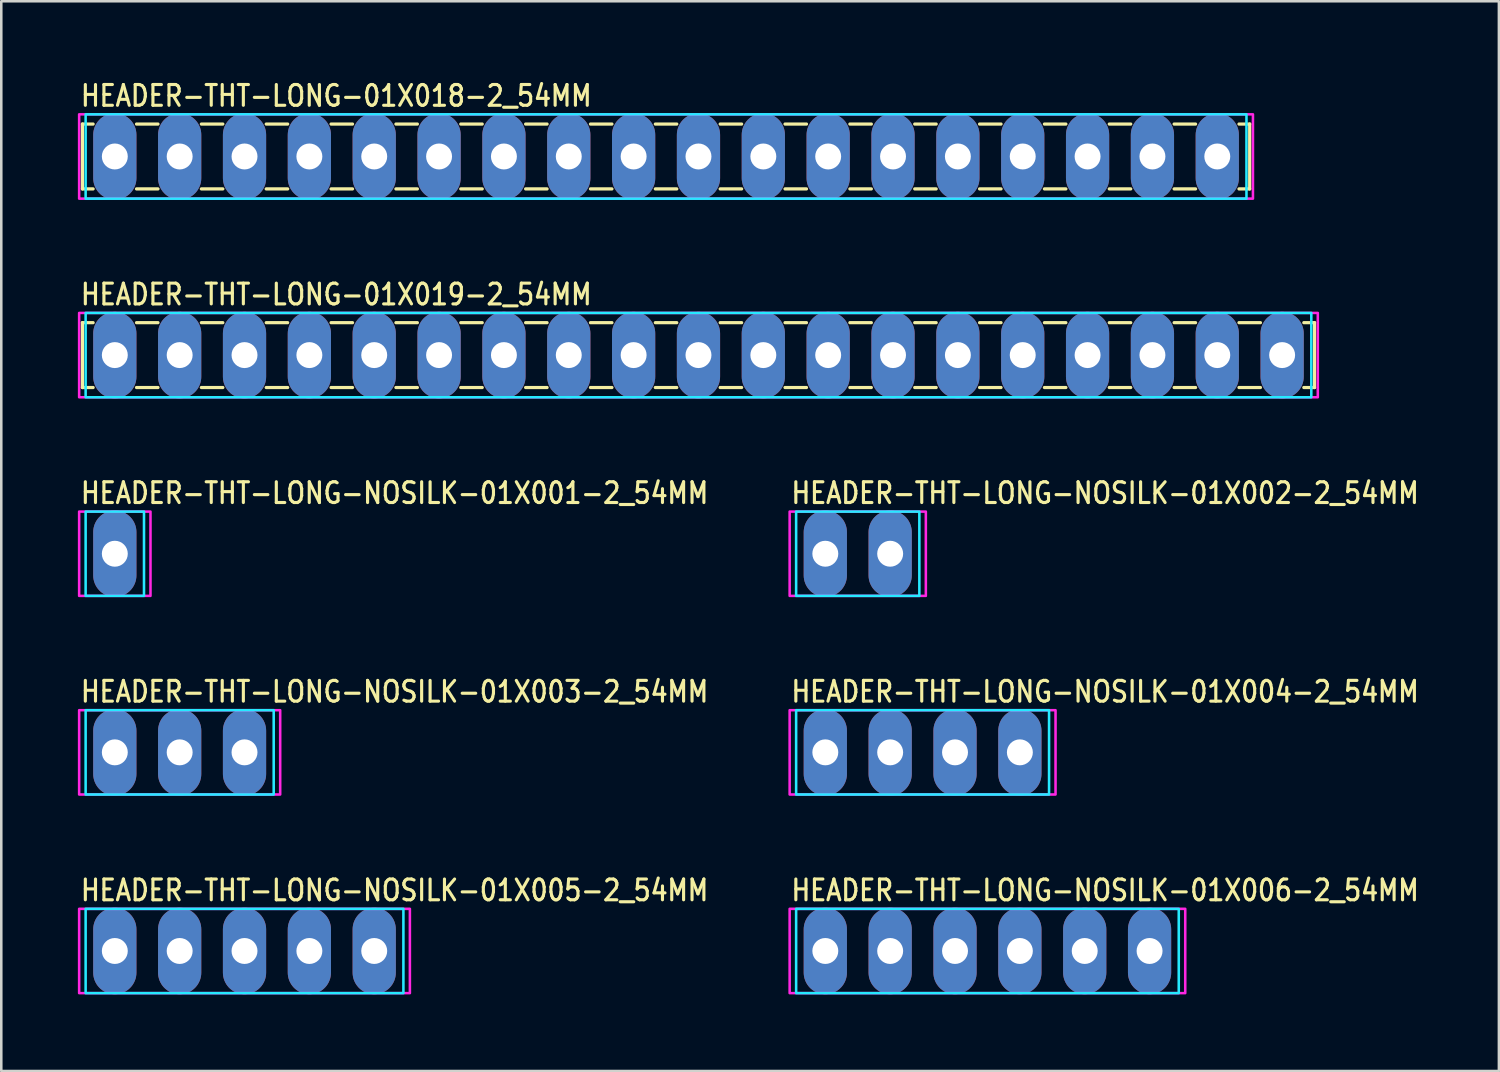
<source format=kicad_pcb>
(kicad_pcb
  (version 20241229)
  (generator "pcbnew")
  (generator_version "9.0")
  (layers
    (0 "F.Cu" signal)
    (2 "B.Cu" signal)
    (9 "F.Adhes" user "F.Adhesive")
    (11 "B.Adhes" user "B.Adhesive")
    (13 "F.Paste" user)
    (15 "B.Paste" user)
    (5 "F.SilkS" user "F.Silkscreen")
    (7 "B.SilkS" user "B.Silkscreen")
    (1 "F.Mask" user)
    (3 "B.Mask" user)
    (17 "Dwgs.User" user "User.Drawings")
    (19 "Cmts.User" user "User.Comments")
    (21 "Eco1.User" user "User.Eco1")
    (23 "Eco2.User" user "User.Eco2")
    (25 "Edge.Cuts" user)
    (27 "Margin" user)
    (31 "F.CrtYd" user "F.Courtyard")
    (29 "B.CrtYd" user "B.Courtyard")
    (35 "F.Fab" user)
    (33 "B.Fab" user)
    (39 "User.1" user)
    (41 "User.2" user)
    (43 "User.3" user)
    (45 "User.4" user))
  (footprint "HEADER-THT-LONG-NOSILK-01X003-2_54MM"
    (layer "F.Cu")
    (at 1.447 26.417)
    (property "Reference" "HEADER-THT-LONG-NOSILK-01X003-2_54MM" (at -1.4 -1.9 0) (unlocked yes) (layer "F.SilkS") (effects (font (size 0.813 0.695) (thickness 0.122)) (justify left bottom)))
    (fp_poly (pts (xy -1.143 -1.651) (xy 6.223 -1.651) (xy 6.223 1.651) (xy -1.143 1.651)) (stroke (width 0.1) (type solid)) (fill no) (layer "B.CrtYd"))
    (fp_poly (pts (xy -1.397 -1.651) (xy 6.477 -1.651) (xy 6.477 1.651) (xy -1.397 1.651)) (stroke (width 0.1) (type solid)) (fill no) (layer "F.CrtYd"))
    (pad "1" thru_hole oval (at 0 0 90) (size 3.387 1.693) (drill 1.016) (layers "*.Cu" "*.Mask"))
    (pad "2" thru_hole oval (at 2.54 0 90) (size 3.387 1.693) (drill 1.016) (layers "*.Cu" "*.Mask"))
    (pad "3" thru_hole oval (at 5.08 0 90) (size 3.387 1.693) (drill 1.016) (layers "*.Cu" "*.Mask")))
  (footprint "HEADER-THT-LONG-NOSILK-01X002-2_54MM"
    (layer "F.Cu")
    (at 29.275 18.638)
    (property "Reference" "HEADER-THT-LONG-NOSILK-01X002-2_54MM" (at -1.4 -1.9 0) (unlocked yes) (layer "F.SilkS") (effects (font (size 0.813 0.695) (thickness 0.122)) (justify left bottom)))
    (fp_poly (pts (xy -1.143 -1.651) (xy 3.683 -1.651) (xy 3.683 1.651) (xy -1.143 1.651)) (stroke (width 0.1) (type solid)) (fill no) (layer "B.CrtYd"))
    (fp_poly (pts (xy -1.397 -1.651) (xy 3.937 -1.651) (xy 3.937 1.651) (xy -1.397 1.651)) (stroke (width 0.1) (type solid)) (fill no) (layer "F.CrtYd"))
    (pad "1" thru_hole oval (at 0 0 90) (size 3.387 1.693) (drill 1.016) (layers "*.Cu" "*.Mask"))
    (pad "2" thru_hole oval (at 2.54 0 90) (size 3.387 1.693) (drill 1.016) (layers "*.Cu" "*.Mask")))
  (footprint "HEADER-THT-LONG-NOSILK-01X006-2_54MM"
    (layer "F.Cu")
    (at 29.275 34.197)
    (property "Reference" "HEADER-THT-LONG-NOSILK-01X006-2_54MM" (at -1.4 -1.9 0) (unlocked yes) (layer "F.SilkS") (effects (font (size 0.813 0.695) (thickness 0.122)) (justify left bottom)))
    (fp_poly (pts (xy -1.143 -1.651) (xy 13.843 -1.651) (xy 13.843 1.651) (xy -1.143 1.651)) (stroke (width 0.1) (type solid)) (fill no) (layer "B.CrtYd"))
    (fp_poly (pts (xy -1.397 -1.651) (xy 14.097 -1.651) (xy 14.097 1.651) (xy -1.397 1.651)) (stroke (width 0.1) (type solid)) (fill no) (layer "F.CrtYd"))
    (pad "1" thru_hole oval (at 0 0 90) (size 3.387 1.693) (drill 1.016) (layers "*.Cu" "*.Mask"))
    (pad "2" thru_hole oval (at 2.54 0 90) (size 3.387 1.693) (drill 1.016) (layers "*.Cu" "*.Mask"))
    (pad "3" thru_hole oval (at 5.08 0 90) (size 3.387 1.693) (drill 1.016) (layers "*.Cu" "*.Mask"))
    (pad "4" thru_hole oval (at 7.62 0 90) (size 3.387 1.693) (drill 1.016) (layers "*.Cu" "*.Mask"))
    (pad "5" thru_hole oval (at 10.16 0 90) (size 3.387 1.693) (drill 1.016) (layers "*.Cu" "*.Mask"))
    (pad "6" thru_hole oval (at 12.7 0 90) (size 3.387 1.693) (drill 1.016) (layers "*.Cu" "*.Mask")))
  (footprint "HEADER-THT-LONG-NOSILK-01X005-2_54MM"
    (layer "F.Cu")
    (at 1.447 34.197)
    (property "Reference" "HEADER-THT-LONG-NOSILK-01X005-2_54MM" (at -1.4 -1.9 0) (unlocked yes) (layer "F.SilkS") (effects (font (size 0.813 0.695) (thickness 0.122)) (justify left bottom)))
    (fp_poly (pts (xy -1.143 -1.651) (xy 11.303 -1.651) (xy 11.303 1.651) (xy -1.143 1.651)) (stroke (width 0.1) (type solid)) (fill no) (layer "B.CrtYd"))
    (fp_poly (pts (xy -1.397 -1.651) (xy 11.557 -1.651) (xy 11.557 1.651) (xy -1.397 1.651)) (stroke (width 0.1) (type solid)) (fill no) (layer "F.CrtYd"))
    (pad "1" thru_hole oval (at 0 0 90) (size 3.387 1.693) (drill 1.016) (layers "*.Cu" "*.Mask"))
    (pad "2" thru_hole oval (at 2.54 0 90) (size 3.387 1.693) (drill 1.016) (layers "*.Cu" "*.Mask"))
    (pad "3" thru_hole oval (at 5.08 0 90) (size 3.387 1.693) (drill 1.016) (layers "*.Cu" "*.Mask"))
    (pad "4" thru_hole oval (at 7.62 0 90) (size 3.387 1.693) (drill 1.016) (layers "*.Cu" "*.Mask"))
    (pad "5" thru_hole oval (at 10.16 0 90) (size 3.387 1.693) (drill 1.016) (layers "*.Cu" "*.Mask")))
  (footprint "HEADER-THT-LONG-01X018-2_54MM"
    (layer "F.Cu")
    (at 1.447 3.079)
    (property "Reference" "HEADER-THT-LONG-01X018-2_54MM" (at -1.4 -1.9 0) (unlocked yes) (layer "F.SilkS") (effects (font (size 0.813 0.695) (thickness 0.122)) (justify left bottom)))
    (fp_line (start -1.27 -1.27) (end -1.27 1.27) (stroke (width 0.127) (type solid)) (layer "F.SilkS"))
    (fp_line (start -1.27 1.27) (end -0.85 1.27) (stroke (width 0.127) (type solid)) (layer "F.SilkS"))
    (fp_line (start -0.85 -1.27) (end -1.27 -1.27) (stroke (width 0.127) (type solid)) (layer "F.SilkS"))
    (fp_line (start 0.85 -1.27) (end 1.69 -1.27) (stroke (width 0.127) (type solid)) (layer "F.SilkS"))
    (fp_line (start 0.85 1.27) (end 1.69 1.27) (stroke (width 0.127) (type solid)) (layer "F.SilkS"))
    (fp_line (start 3.39 -1.27) (end 4.23 -1.27) (stroke (width 0.127) (type solid)) (layer "F.SilkS"))
    (fp_line (start 3.39 1.27) (end 4.23 1.27) (stroke (width 0.127) (type solid)) (layer "F.SilkS"))
    (fp_line (start 5.93 -1.27) (end 6.77 -1.27) (stroke (width 0.127) (type solid)) (layer "F.SilkS"))
    (fp_line (start 5.93 1.27) (end 6.77 1.27) (stroke (width 0.127) (type solid)) (layer "F.SilkS"))
    (fp_line (start 8.47 -1.27) (end 9.31 -1.27) (stroke (width 0.127) (type solid)) (layer "F.SilkS"))
    (fp_line (start 8.47 1.27) (end 9.31 1.27) (stroke (width 0.127) (type solid)) (layer "F.SilkS"))
    (fp_line (start 11.01 -1.27) (end 11.85 -1.27) (stroke (width 0.127) (type solid)) (layer "F.SilkS"))
    (fp_line (start 11.01 1.27) (end 11.85 1.27) (stroke (width 0.127) (type solid)) (layer "F.SilkS"))
    (fp_line (start 13.55 -1.27) (end 14.39 -1.27) (stroke (width 0.127) (type solid)) (layer "F.SilkS"))
    (fp_line (start 13.55 1.27) (end 14.39 1.27) (stroke (width 0.127) (type solid)) (layer "F.SilkS"))
    (fp_line (start 16.09 -1.27) (end 16.93 -1.27) (stroke (width 0.127) (type solid)) (layer "F.SilkS"))
    (fp_line (start 16.09 1.27) (end 16.93 1.27) (stroke (width 0.127) (type solid)) (layer "F.SilkS"))
    (fp_line (start 18.63 -1.27) (end 19.47 -1.27) (stroke (width 0.127) (type solid)) (layer "F.SilkS"))
    (fp_line (start 18.63 1.27) (end 19.47 1.27) (stroke (width 0.127) (type solid)) (layer "F.SilkS"))
    (fp_line (start 21.17 -1.27) (end 22.01 -1.27) (stroke (width 0.127) (type solid)) (layer "F.SilkS"))
    (fp_line (start 21.17 1.27) (end 22.01 1.27) (stroke (width 0.127) (type solid)) (layer "F.SilkS"))
    (fp_line (start 23.71 -1.27) (end 24.55 -1.27) (stroke (width 0.127) (type solid)) (layer "F.SilkS"))
    (fp_line (start 23.71 1.27) (end 24.55 1.27) (stroke (width 0.127) (type solid)) (layer "F.SilkS"))
    (fp_line (start 26.25 -1.27) (end 27.09 -1.27) (stroke (width 0.127) (type solid)) (layer "F.SilkS"))
    (fp_line (start 26.25 1.27) (end 27.09 1.27) (stroke (width 0.127) (type solid)) (layer "F.SilkS"))
    (fp_line (start 28.79 -1.27) (end 29.63 -1.27) (stroke (width 0.127) (type solid)) (layer "F.SilkS"))
    (fp_line (start 28.79 1.27) (end 29.63 1.27) (stroke (width 0.127) (type solid)) (layer "F.SilkS"))
    (fp_line (start 31.33 -1.27) (end 32.17 -1.27) (stroke (width 0.127) (type solid)) (layer "F.SilkS"))
    (fp_line (start 31.33 1.27) (end 32.17 1.27) (stroke (width 0.127) (type solid)) (layer "F.SilkS"))
    (fp_line (start 33.87 -1.27) (end 34.71 -1.27) (stroke (width 0.127) (type solid)) (layer "F.SilkS"))
    (fp_line (start 33.87 1.27) (end 34.71 1.27) (stroke (width 0.127) (type solid)) (layer "F.SilkS"))
    (fp_line (start 36.41 -1.27) (end 37.25 -1.27) (stroke (width 0.127) (type solid)) (layer "F.SilkS"))
    (fp_line (start 36.41 1.27) (end 37.25 1.27) (stroke (width 0.127) (type solid)) (layer "F.SilkS"))
    (fp_line (start 38.95 -1.27) (end 39.79 -1.27) (stroke (width 0.127) (type solid)) (layer "F.SilkS"))
    (fp_line (start 38.95 1.27) (end 39.79 1.27) (stroke (width 0.127) (type solid)) (layer "F.SilkS"))
    (fp_line (start 41.49 -1.27) (end 42.33 -1.27) (stroke (width 0.127) (type solid)) (layer "F.SilkS"))
    (fp_line (start 41.49 1.27) (end 42.33 1.27) (stroke (width 0.127) (type solid)) (layer "F.SilkS"))
    (fp_line (start 44.03 -1.27) (end 44.45 -1.27) (stroke (width 0.127) (type solid)) (layer "F.SilkS"))
    (fp_line (start 44.45 -1.27) (end 44.45 1.27) (stroke (width 0.127) (type solid)) (layer "F.SilkS"))
    (fp_line (start 44.45 1.27) (end 44.03 1.27) (stroke (width 0.127) (type solid)) (layer "F.SilkS"))
    (fp_poly (pts (xy -1.143 -1.651) (xy 44.323 -1.651) (xy 44.323 1.651) (xy -1.143 1.651)) (stroke (width 0.1) (type solid)) (fill no) (layer "B.CrtYd"))
    (fp_poly (pts (xy -1.397 -1.651) (xy 44.577 -1.651) (xy 44.577 1.651) (xy -1.397 1.651)) (stroke (width 0.1) (type solid)) (fill no) (layer "F.CrtYd"))
    (pad "1" thru_hole oval (at 0 0 90) (size 3.387 1.693) (drill 1.016) (layers "*.Cu" "*.Mask"))
    (pad "2" thru_hole oval (at 2.54 0 90) (size 3.387 1.693) (drill 1.016) (layers "*.Cu" "*.Mask"))
    (pad "3" thru_hole oval (at 5.08 0 90) (size 3.387 1.693) (drill 1.016) (layers "*.Cu" "*.Mask"))
    (pad "4" thru_hole oval (at 7.62 0 90) (size 3.387 1.693) (drill 1.016) (layers "*.Cu" "*.Mask"))
    (pad "5" thru_hole oval (at 10.16 0 90) (size 3.387 1.693) (drill 1.016) (layers "*.Cu" "*.Mask"))
    (pad "6" thru_hole oval (at 12.7 0 90) (size 3.387 1.693) (drill 1.016) (layers "*.Cu" "*.Mask"))
    (pad "7" thru_hole oval (at 15.24 0 90) (size 3.387 1.693) (drill 1.016) (layers "*.Cu" "*.Mask"))
    (pad "8" thru_hole oval (at 17.78 0 90) (size 3.387 1.693) (drill 1.016) (layers "*.Cu" "*.Mask"))
    (pad "9" thru_hole oval (at 20.32 0 90) (size 3.387 1.693) (drill 1.016) (layers "*.Cu" "*.Mask"))
    (pad "10" thru_hole oval (at 22.86 0 90) (size 3.387 1.693) (drill 1.016) (layers "*.Cu" "*.Mask"))
    (pad "11" thru_hole oval (at 25.4 0 90) (size 3.387 1.693) (drill 1.016) (layers "*.Cu" "*.Mask"))
    (pad "12" thru_hole oval (at 27.94 0 90) (size 3.387 1.693) (drill 1.016) (layers "*.Cu" "*.Mask"))
    (pad "13" thru_hole oval (at 30.48 0 90) (size 3.387 1.693) (drill 1.016) (layers "*.Cu" "*.Mask"))
    (pad "14" thru_hole oval (at 33.02 0 90) (size 3.387 1.693) (drill 1.016) (layers "*.Cu" "*.Mask"))
    (pad "15" thru_hole oval (at 35.56 0 90) (size 3.387 1.693) (drill 1.016) (layers "*.Cu" "*.Mask"))
    (pad "16" thru_hole oval (at 38.1 0 90) (size 3.387 1.693) (drill 1.016) (layers "*.Cu" "*.Mask"))
    (pad "17" thru_hole oval (at 40.64 0 90) (size 3.387 1.693) (drill 1.016) (layers "*.Cu" "*.Mask"))
    (pad "18" thru_hole oval (at 43.18 0 90) (size 3.387 1.693) (drill 1.016) (layers "*.Cu" "*.Mask")))
  (footprint "HEADER-THT-LONG-NOSILK-01X001-2_54MM"
    (layer "F.Cu")
    (at 1.447 18.638)
    (property "Reference" "HEADER-THT-LONG-NOSILK-01X001-2_54MM" (at -1.4 -1.9 0) (unlocked yes) (layer "F.SilkS") (effects (font (size 0.813 0.695) (thickness 0.122)) (justify left bottom)))
    (fp_poly (pts (xy -1.143 -1.651) (xy 1.143 -1.651) (xy 1.143 1.651) (xy -1.143 1.651)) (stroke (width 0.1) (type solid)) (fill no) (layer "B.CrtYd"))
    (fp_poly (pts (xy -1.397 -1.651) (xy 1.397 -1.651) (xy 1.397 1.651) (xy -1.397 1.651)) (stroke (width 0.1) (type solid)) (fill no) (layer "F.CrtYd"))
    (pad "1" thru_hole oval (at 0 0 90) (size 3.387 1.693) (drill 1.016) (layers "*.Cu" "*.Mask")))
  (footprint "HEADER-THT-LONG-01X019-2_54MM"
    (layer "F.Cu")
    (at 1.447 10.858)
    (property "Reference" "HEADER-THT-LONG-01X019-2_54MM" (at -1.4 -1.9 0) (unlocked yes) (layer "F.SilkS") (effects (font (size 0.813 0.695) (thickness 0.122)) (justify left bottom)))
    (fp_line (start -1.27 -1.27) (end -1.27 1.27) (stroke (width 0.127) (type solid)) (layer "F.SilkS"))
    (fp_line (start -1.27 1.27) (end -0.85 1.27) (stroke (width 0.127) (type solid)) (layer "F.SilkS"))
    (fp_line (start -0.85 -1.27) (end -1.27 -1.27) (stroke (width 0.127) (type solid)) (layer "F.SilkS"))
    (fp_line (start 0.85 -1.27) (end 1.69 -1.27) (stroke (width 0.127) (type solid)) (layer "F.SilkS"))
    (fp_line (start 0.85 1.27) (end 1.69 1.27) (stroke (width 0.127) (type solid)) (layer "F.SilkS"))
    (fp_line (start 3.39 -1.27) (end 4.23 -1.27) (stroke (width 0.127) (type solid)) (layer "F.SilkS"))
    (fp_line (start 3.39 1.27) (end 4.23 1.27) (stroke (width 0.127) (type solid)) (layer "F.SilkS"))
    (fp_line (start 5.93 -1.27) (end 6.77 -1.27) (stroke (width 0.127) (type solid)) (layer "F.SilkS"))
    (fp_line (start 5.93 1.27) (end 6.77 1.27) (stroke (width 0.127) (type solid)) (layer "F.SilkS"))
    (fp_line (start 8.47 -1.27) (end 9.31 -1.27) (stroke (width 0.127) (type solid)) (layer "F.SilkS"))
    (fp_line (start 8.47 1.27) (end 9.31 1.27) (stroke (width 0.127) (type solid)) (layer "F.SilkS"))
    (fp_line (start 11.01 -1.27) (end 11.85 -1.27) (stroke (width 0.127) (type solid)) (layer "F.SilkS"))
    (fp_line (start 11.01 1.27) (end 11.85 1.27) (stroke (width 0.127) (type solid)) (layer "F.SilkS"))
    (fp_line (start 13.55 -1.27) (end 14.39 -1.27) (stroke (width 0.127) (type solid)) (layer "F.SilkS"))
    (fp_line (start 13.55 1.27) (end 14.39 1.27) (stroke (width 0.127) (type solid)) (layer "F.SilkS"))
    (fp_line (start 16.09 -1.27) (end 16.93 -1.27) (stroke (width 0.127) (type solid)) (layer "F.SilkS"))
    (fp_line (start 16.09 1.27) (end 16.93 1.27) (stroke (width 0.127) (type solid)) (layer "F.SilkS"))
    (fp_line (start 18.63 -1.27) (end 19.47 -1.27) (stroke (width 0.127) (type solid)) (layer "F.SilkS"))
    (fp_line (start 18.63 1.27) (end 19.47 1.27) (stroke (width 0.127) (type solid)) (layer "F.SilkS"))
    (fp_line (start 21.17 -1.27) (end 22.01 -1.27) (stroke (width 0.127) (type solid)) (layer "F.SilkS"))
    (fp_line (start 21.17 1.27) (end 22.01 1.27) (stroke (width 0.127) (type solid)) (layer "F.SilkS"))
    (fp_line (start 23.71 -1.27) (end 24.55 -1.27) (stroke (width 0.127) (type solid)) (layer "F.SilkS"))
    (fp_line (start 23.71 1.27) (end 24.55 1.27) (stroke (width 0.127) (type solid)) (layer "F.SilkS"))
    (fp_line (start 26.25 -1.27) (end 27.09 -1.27) (stroke (width 0.127) (type solid)) (layer "F.SilkS"))
    (fp_line (start 26.25 1.27) (end 27.09 1.27) (stroke (width 0.127) (type solid)) (layer "F.SilkS"))
    (fp_line (start 28.79 -1.27) (end 29.63 -1.27) (stroke (width 0.127) (type solid)) (layer "F.SilkS"))
    (fp_line (start 28.79 1.27) (end 29.63 1.27) (stroke (width 0.127) (type solid)) (layer "F.SilkS"))
    (fp_line (start 31.33 -1.27) (end 32.17 -1.27) (stroke (width 0.127) (type solid)) (layer "F.SilkS"))
    (fp_line (start 31.33 1.27) (end 32.17 1.27) (stroke (width 0.127) (type solid)) (layer "F.SilkS"))
    (fp_line (start 33.87 -1.27) (end 34.71 -1.27) (stroke (width 0.127) (type solid)) (layer "F.SilkS"))
    (fp_line (start 33.87 1.27) (end 34.71 1.27) (stroke (width 0.127) (type solid)) (layer "F.SilkS"))
    (fp_line (start 36.41 -1.27) (end 37.25 -1.27) (stroke (width 0.127) (type solid)) (layer "F.SilkS"))
    (fp_line (start 36.41 1.27) (end 37.25 1.27) (stroke (width 0.127) (type solid)) (layer "F.SilkS"))
    (fp_line (start 38.95 -1.27) (end 39.79 -1.27) (stroke (width 0.127) (type solid)) (layer "F.SilkS"))
    (fp_line (start 38.95 1.27) (end 39.79 1.27) (stroke (width 0.127) (type solid)) (layer "F.SilkS"))
    (fp_line (start 41.49 -1.27) (end 42.33 -1.27) (stroke (width 0.127) (type solid)) (layer "F.SilkS"))
    (fp_line (start 41.49 1.27) (end 42.33 1.27) (stroke (width 0.127) (type solid)) (layer "F.SilkS"))
    (fp_line (start 44.03 -1.27) (end 44.87 -1.27) (stroke (width 0.127) (type solid)) (layer "F.SilkS"))
    (fp_line (start 44.03 1.27) (end 44.87 1.27) (stroke (width 0.127) (type solid)) (layer "F.SilkS"))
    (fp_line (start 46.57 -1.27) (end 46.99 -1.27) (stroke (width 0.127) (type solid)) (layer "F.SilkS"))
    (fp_line (start 46.99 -1.27) (end 46.99 1.27) (stroke (width 0.127) (type solid)) (layer "F.SilkS"))
    (fp_line (start 46.99 1.27) (end 46.57 1.27) (stroke (width 0.127) (type solid)) (layer "F.SilkS"))
    (fp_poly (pts (xy -1.143 -1.651) (xy 46.863 -1.651) (xy 46.863 1.651) (xy -1.143 1.651)) (stroke (width 0.1) (type solid)) (fill no) (layer "B.CrtYd"))
    (fp_poly (pts (xy -1.397 -1.651) (xy 47.117 -1.651) (xy 47.117 1.651) (xy -1.397 1.651)) (stroke (width 0.1) (type solid)) (fill no) (layer "F.CrtYd"))
    (pad "P$1" thru_hole oval (at 0 0 90) (size 3.387 1.693) (drill 1.016) (layers "*.Cu" "*.Mask"))
    (pad "P$2" thru_hole oval (at 2.54 0 90) (size 3.387 1.693) (drill 1.016) (layers "*.Cu" "*.Mask"))
    (pad "P$3" thru_hole oval (at 5.08 0 90) (size 3.387 1.693) (drill 1.016) (layers "*.Cu" "*.Mask"))
    (pad "P$4" thru_hole oval (at 7.62 0 90) (size 3.387 1.693) (drill 1.016) (layers "*.Cu" "*.Mask"))
    (pad "P$5" thru_hole oval (at 10.16 0 90) (size 3.387 1.693) (drill 1.016) (layers "*.Cu" "*.Mask"))
    (pad "P$6" thru_hole oval (at 12.7 0 90) (size 3.387 1.693) (drill 1.016) (layers "*.Cu" "*.Mask"))
    (pad "P$7" thru_hole oval (at 15.24 0 90) (size 3.387 1.693) (drill 1.016) (layers "*.Cu" "*.Mask"))
    (pad "P$8" thru_hole oval (at 17.78 0 90) (size 3.387 1.693) (drill 1.016) (layers "*.Cu" "*.Mask"))
    (pad "P$9" thru_hole oval (at 20.32 0 90) (size 3.387 1.693) (drill 1.016) (layers "*.Cu" "*.Mask"))
    (pad "P$10" thru_hole oval (at 22.86 0 90) (size 3.387 1.693) (drill 1.016) (layers "*.Cu" "*.Mask"))
    (pad "P$11" thru_hole oval (at 25.4 0 90) (size 3.387 1.693) (drill 1.016) (layers "*.Cu" "*.Mask"))
    (pad "P$12" thru_hole oval (at 27.94 0 90) (size 3.387 1.693) (drill 1.016) (layers "*.Cu" "*.Mask"))
    (pad "P$13" thru_hole oval (at 30.48 0 90) (size 3.387 1.693) (drill 1.016) (layers "*.Cu" "*.Mask"))
    (pad "P$14" thru_hole oval (at 33.02 0 90) (size 3.387 1.693) (drill 1.016) (layers "*.Cu" "*.Mask"))
    (pad "P$15" thru_hole oval (at 35.56 0 90) (size 3.387 1.693) (drill 1.016) (layers "*.Cu" "*.Mask"))
    (pad "P$16" thru_hole oval (at 38.1 0 90) (size 3.387 1.693) (drill 1.016) (layers "*.Cu" "*.Mask"))
    (pad "P$17" thru_hole oval (at 40.64 0 90) (size 3.387 1.693) (drill 1.016) (layers "*.Cu" "*.Mask"))
    (pad "P$18" thru_hole oval (at 43.18 0 90) (size 3.387 1.693) (drill 1.016) (layers "*.Cu" "*.Mask"))
    (pad "P$19" thru_hole oval (at 45.72 0 90) (size 3.387 1.693) (drill 1.016) (layers "*.Cu" "*.Mask")))
  (footprint "HEADER-THT-LONG-NOSILK-01X004-2_54MM"
    (layer "F.Cu")
    (at 29.275 26.417)
    (property "Reference" "HEADER-THT-LONG-NOSILK-01X004-2_54MM" (at -1.4 -1.9 0) (unlocked yes) (layer "F.SilkS") (effects (font (size 0.813 0.695) (thickness 0.122)) (justify left bottom)))
    (fp_poly (pts (xy -1.143 -1.651) (xy 8.763 -1.651) (xy 8.763 1.651) (xy -1.143 1.651)) (stroke (width 0.1) (type solid)) (fill no) (layer "B.CrtYd"))
    (fp_poly (pts (xy -1.397 -1.651) (xy 9.017 -1.651) (xy 9.017 1.651) (xy -1.397 1.651)) (stroke (width 0.1) (type solid)) (fill no) (layer "F.CrtYd"))
    (pad "1" thru_hole oval (at 0 0 90) (size 3.387 1.693) (drill 1.016) (layers "*.Cu" "*.Mask"))
    (pad "2" thru_hole oval (at 2.54 0 90) (size 3.387 1.693) (drill 1.016) (layers "*.Cu" "*.Mask"))
    (pad "3" thru_hole oval (at 5.08 0 90) (size 3.387 1.693) (drill 1.016) (layers "*.Cu" "*.Mask"))
    (pad "4" thru_hole oval (at 7.62 0 90) (size 3.387 1.693) (drill 1.016) (layers "*.Cu" "*.Mask")))
  (gr_rect
    (start -3 -3)
    (end 55.657 38.898)
    (stroke (width 0.1) (type default))
    (fill no)
    (layer "Edge.Cuts")))
</source>
